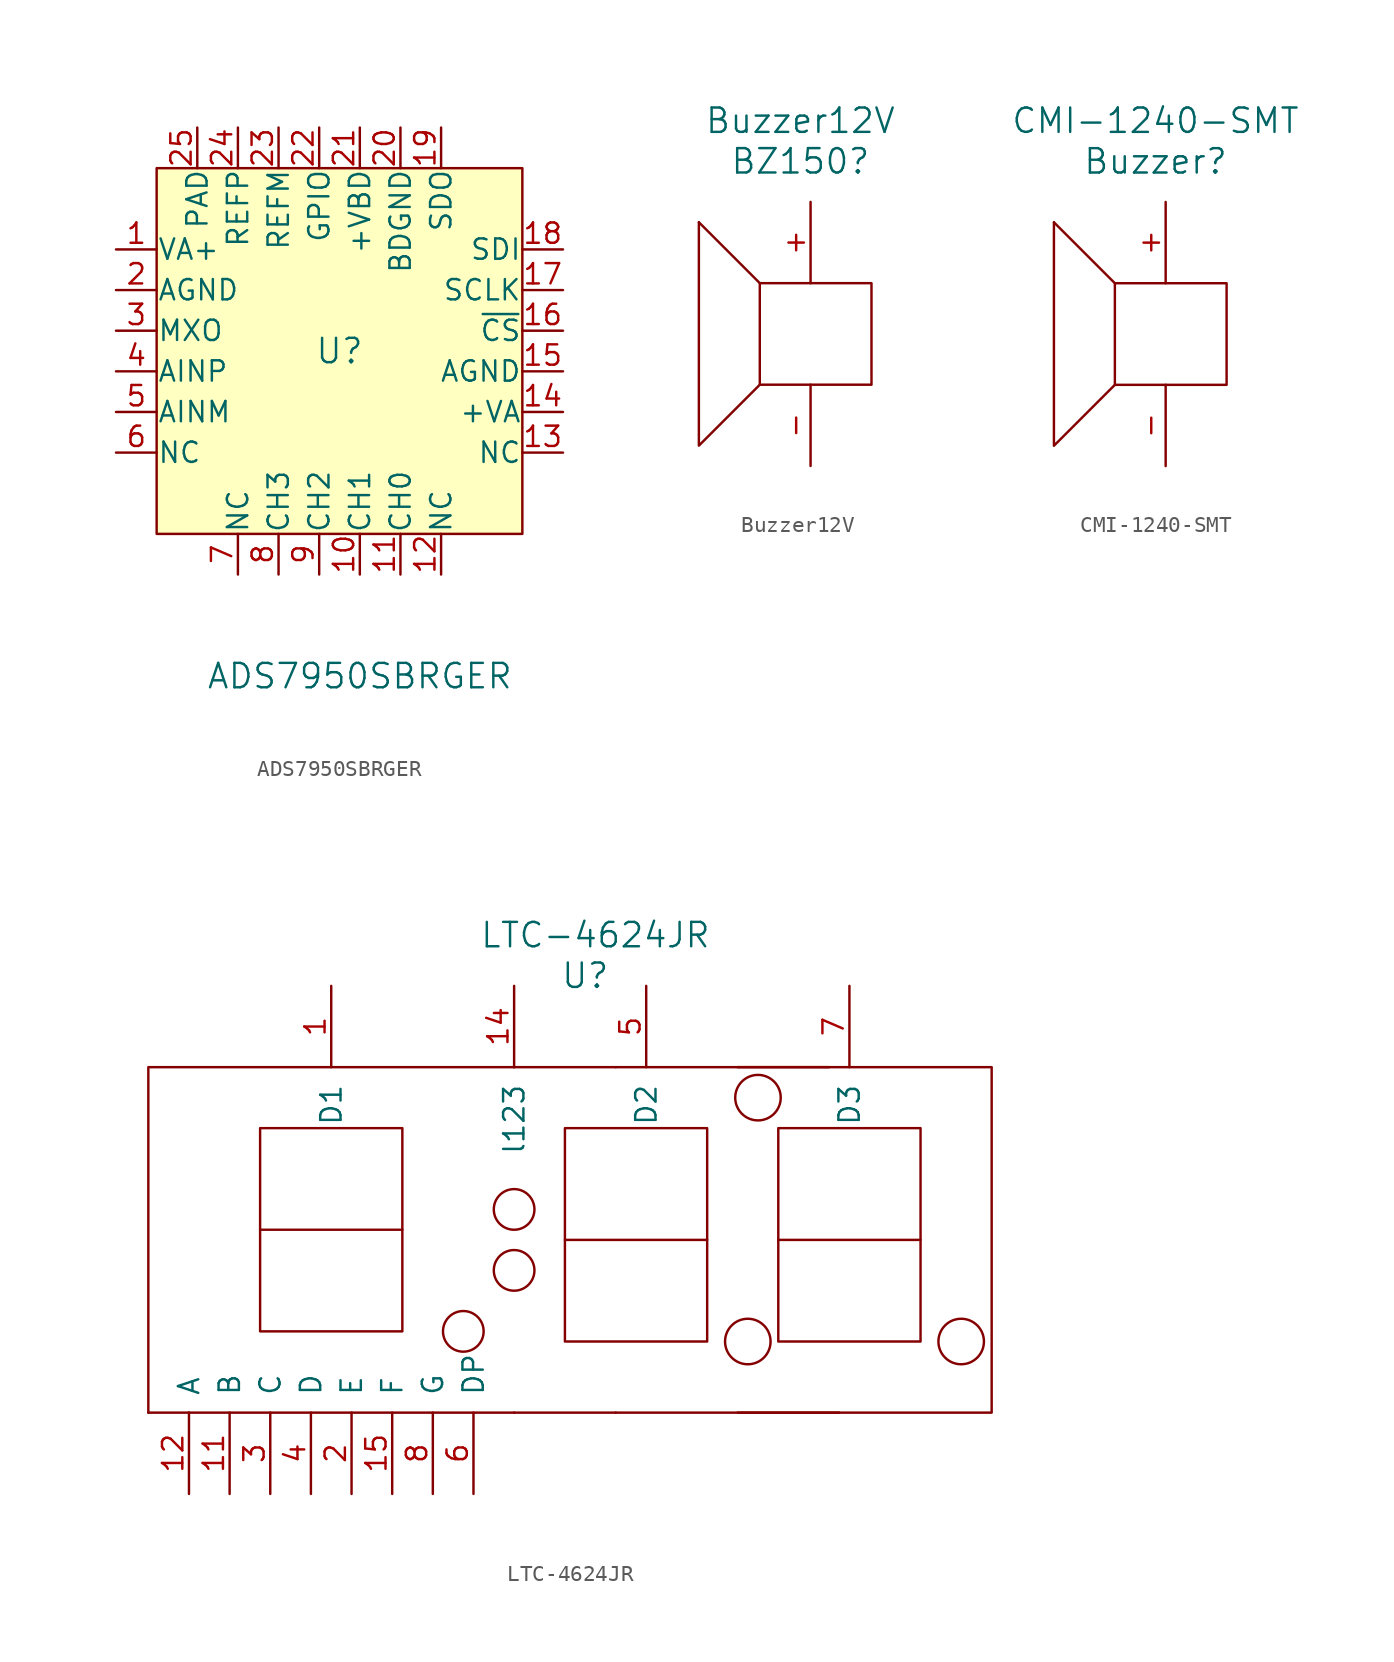
<source format=kicad_sym>
(kicad_symbol_lib
  (version 20211014)
  (generator kicad_symbol_editor)
  (symbol "ADS7950SBRGER"
    (pin_names
      (offset 0.025))
    (property "Reference" "U"
      (at 0 0 0)
      (effects (font (size 1.524 1.524))))
    (property "Value" "ADS7950SBRGER"
      (at 1.27 -20.32 0)
      (effects (font (size 1.524 1.524))))
    (symbol "ADS7950SBRGER_0_0"
      (rectangle (start -11.43 11.43) (end 11.43 -11.43) (stroke (width 0) (type default) (color 0 0 0 0)) (fill (type background))))
    (symbol "ADS7950SBRGER_1_1"
      (pin input line (at -13.97 6.35 0) (length 2.54) (name "VA+" (effects (font (size 1.27 1.27)))) (number "1" (effects (font (size 1.27 1.27)))))
      (pin input line (at 1.27 -13.97 90) (length 2.54) (name "CH1" (effects (font (size 1.27 1.27)))) (number "10" (effects (font (size 1.27 1.27)))))
      (pin input line (at 3.81 -13.97 90) (length 2.54) (name "CH0" (effects (font (size 1.27 1.27)))) (number "11" (effects (font (size 1.27 1.27)))))
      (pin input line (at 6.35 -13.97 90) (length 2.54) (name "NC" (effects (font (size 1.27 1.27)))) (number "12" (effects (font (size 1.27 1.27)))))
      (pin input line (at 13.97 -6.35 180) (length 2.54) (name "NC" (effects (font (size 1.27 1.27)))) (number "13" (effects (font (size 1.27 1.27)))))
      (pin input line (at 13.97 -3.81 180) (length 2.54) (name "+VA" (effects (font (size 1.27 1.27)))) (number "14" (effects (font (size 1.27 1.27)))))
      (pin input line (at 13.97 -1.27 180) (length 2.54) (name "AGND" (effects (font (size 1.27 1.27)))) (number "15" (effects (font (size 1.27 1.27)))))
      (pin input line (at 13.97 1.27 180) (length 2.54) (name "~{CS}" (effects (font (size 1.27 1.27)))) (number "16" (effects (font (size 1.27 1.27)))))
      (pin input line (at 13.97 3.81 180) (length 2.54) (name "SCLK" (effects (font (size 1.27 1.27)))) (number "17" (effects (font (size 1.27 1.27)))))
      (pin input line (at 13.97 6.35 180) (length 2.54) (name "SDI" (effects (font (size 1.27 1.27)))) (number "18" (effects (font (size 1.27 1.27)))))
      (pin input line (at 6.35 13.97 270) (length 2.54) (name "SDO" (effects (font (size 1.27 1.27)))) (number "19" (effects (font (size 1.27 1.27)))))
      (pin input line (at -13.97 3.81 0) (length 2.54) (name "AGND" (effects (font (size 1.27 1.27)))) (number "2" (effects (font (size 1.27 1.27)))))
      (pin input line (at 3.81 13.97 270) (length 2.54) (name "BDGND" (effects (font (size 1.27 1.27)))) (number "20" (effects (font (size 1.27 1.27)))))
      (pin input line (at 1.27 13.97 270) (length 2.54) (name "+VBD" (effects (font (size 1.27 1.27)))) (number "21" (effects (font (size 1.27 1.27)))))
      (pin input line (at -1.27 13.97 270) (length 2.54) (name "GPIO" (effects (font (size 1.27 1.27)))) (number "22" (effects (font (size 1.27 1.27)))))
      (pin input line (at -3.81 13.97 270) (length 2.54) (name "REFM" (effects (font (size 1.27 1.27)))) (number "23" (effects (font (size 1.27 1.27)))))
      (pin input line (at -6.35 13.97 270) (length 2.54) (name "REFP" (effects (font (size 1.27 1.27)))) (number "24" (effects (font (size 1.27 1.27)))))
      (pin input line (at -8.89 13.97 270) (length 2.54) (name "PAD" (effects (font (size 1.27 1.27)))) (number "25" (effects (font (size 1.27 1.27)))))
      (pin input line (at -13.97 1.27 0) (length 2.54) (name "MXO" (effects (font (size 1.27 1.27)))) (number "3" (effects (font (size 1.27 1.27)))))
      (pin input line (at -13.97 -1.27 0) (length 2.54) (name "AINP" (effects (font (size 1.27 1.27)))) (number "4" (effects (font (size 1.27 1.27)))))
      (pin input line (at -13.97 -3.81 0) (length 2.54) (name "AINM" (effects (font (size 1.27 1.27)))) (number "5" (effects (font (size 1.27 1.27)))))
      (pin input line (at -13.97 -6.35 0) (length 2.54) (name "NC" (effects (font (size 1.27 1.27)))) (number "6" (effects (font (size 1.27 1.27)))))
      (pin input line (at -6.35 -13.97 90) (length 2.54) (name "NC" (effects (font (size 1.27 1.27)))) (number "7" (effects (font (size 1.27 1.27)))))
      (pin input line (at -3.81 -13.97 90) (length 2.54) (name "CH3" (effects (font (size 1.27 1.27)))) (number "8" (effects (font (size 1.27 1.27)))))
      (pin input line (at -1.27 -13.97 90) (length 2.54) (name "CH2" (effects (font (size 1.27 1.27)))) (number "9" (effects (font (size 1.27 1.27)))))))
  (symbol "Buzzer12V"
    (pin_names
      (offset 1.016))
    (property "Reference" "BZ150"
      (at -1.27 10.16 0)
      (effects (font (size 1.524 1.524))))
    (property "Value" "Buzzer12V"
      (at -1.27 12.7 0)
      (effects (font (size 1.524 1.524))))
    (symbol "Buzzer12V_0_1"
      (rectangle (start -3.81 -3.81) (end 3.175 2.54) (stroke (width 0) (type default) (color 0 0 0 0)) (fill (type none)))
      (polyline (pts (xy -3.81 2.54) (xy -7.62 6.35)) (stroke (width 0) (type default) (color 0 0 0 0)) (fill (type none)))
      (polyline (pts (xy -3.81 -3.81) (xy -7.62 -7.62) (xy -7.62 6.35)) (stroke (width 0) (type default) (color 0 0 0 0)) (fill (type none))))
    (symbol "Buzzer12V_1_1"
      (pin input line (at -0.635 7.62 270) (length 5.08) (name "~" (effects (font (size 1.27 1.27)))) (number "+" (effects (font (size 1.27 1.27)))))
      (pin input line (at -0.635 -8.89 90) (length 5.08) (name "~" (effects (font (size 1.27 1.27)))) (number "-" (effects (font (size 1.27 1.27)))))))
  (symbol "CMI-1240-SMT"
    (pin_names
      (offset 1.016))
    (property "Reference" "Buzzer"
      (at -1.27 10.16 0)
      (effects (font (size 1.524 1.524))))
    (property "Value" "CMI-1240-SMT"
      (at -1.27 12.7 0)
      (effects (font (size 1.524 1.524))))
    (symbol "CMI-1240-SMT_0_1"
      (rectangle (start -3.81 -3.81) (end 3.175 2.54) (stroke (width 0) (type default) (color 0 0 0 0)) (fill (type none)))
      (polyline (pts (xy -3.81 2.54) (xy -7.62 6.35)) (stroke (width 0) (type default) (color 0 0 0 0)) (fill (type none)))
      (polyline (pts (xy -3.81 -3.81) (xy -7.62 -7.62) (xy -7.62 6.35)) (stroke (width 0) (type default) (color 0 0 0 0)) (fill (type none))))
    (symbol "CMI-1240-SMT_1_1"
      (pin input line (at -0.635 7.62 270) (length 5.08) (name "~" (effects (font (size 1.27 1.27)))) (number "+" (effects (font (size 1.27 1.27)))))
      (pin input line (at -0.635 -8.89 90) (length 5.08) (name "~" (effects (font (size 1.27 1.27)))) (number "-" (effects (font (size 1.27 1.27)))))))
  (symbol "LTC-4624JR"
    (pin_names
      (offset 1.016))
    (property "Reference" "U"
      (at 8.89 24.13 0)
      (effects (font (size 1.524 1.524))))
    (property "Value" "LTC-4624JR"
      (at 9.525 26.67 0)
      (effects (font (size 1.524 1.524))))
    (symbol "LTC-4624JR_0_1"
      (polyline (pts (xy -15.875 -3.175) (xy -18.415 -3.175)) (stroke (width 0) (type default) (color 0 0 0 0)) (fill (type none)))
      (polyline (pts (xy -15.875 -3.175) (xy 4.445 -3.175)) (stroke (width 0) (type default) (color 0 0 0 0)) (fill (type none)))
      (polyline (pts (xy 4.445 -3.175) (xy 10.795 -3.175)) (stroke (width 0) (type default) (color 0 0 0 0)) (fill (type none)))
      (polyline (pts (xy 4.445 18.415) (xy 10.795 18.415)) (stroke (width 0) (type default) (color 0 0 0 0)) (fill (type none)))
      (polyline (pts (xy 7.62 7.62) (xy 16.51 7.62)) (stroke (width 0) (type default) (color 0 0 0 0)) (fill (type none)))
      (polyline (pts (xy 10.795 -3.175) (xy 24.765 -3.175)) (stroke (width 0) (type default) (color 0 0 0 0)) (fill (type none)))
      (polyline (pts (xy 10.795 18.415) (xy 24.13 18.415)) (stroke (width 0) (type default) (color 0 0 0 0)) (fill (type none)))
      (polyline (pts (xy 20.955 7.62) (xy 29.845 7.62)) (stroke (width 0) (type default) (color 0 0 0 0)) (fill (type none)))
      (polyline (pts (xy -18.415 -3.175) (xy -18.415 18.415) (xy 3.175 18.415) (xy 4.445 18.415)) (stroke (width 0) (type default) (color 0 0 0 0)) (fill (type none)))
      (polyline (pts (xy -11.43 8.255) (xy -11.43 1.905) (xy -2.54 1.905) (xy -2.54 8.255)) (stroke (width 0) (type default) (color 0 0 0 0)) (fill (type none)))
      (polyline (pts (xy 18.415 18.415) (xy 34.29 18.415) (xy 34.29 -3.175) (xy 18.415 -3.175)) (stroke (width 0) (type default) (color 0 0 0 0)) (fill (type none)))
      (polyline (pts (xy -11.43 14.605) (xy -2.54 14.605) (xy -2.54 8.255) (xy -11.43 8.255) (xy -11.43 14.605)) (stroke (width 0) (type default) (color 0 0 0 0)) (fill (type none)))
      (polyline (pts (xy 7.62 14.605) (xy 7.62 1.905) (xy 7.62 1.27) (xy 16.51 1.27) (xy 16.51 14.605) (xy 7.62 14.605)) (stroke (width 0) (type default) (color 0 0 0 0)) (fill (type none)))
      (polyline (pts (xy 20.955 14.605) (xy 20.955 1.905) (xy 20.955 1.27) (xy 29.845 1.27) (xy 29.845 14.605) (xy 20.955 14.605)) (stroke (width 0) (type default) (color 0 0 0 0)) (fill (type none)))
      (circle (center 1.27 1.905) (radius 1.27) (stroke (width 0) (type default) (color 0 0 0 0)) (fill (type none)))
      (circle (center 4.445 5.715) (radius 1.27) (stroke (width 0) (type default) (color 0 0 0 0)) (fill (type none)))
      (circle (center 4.445 9.525) (radius 1.27) (stroke (width 0) (type default) (color 0 0 0 0)) (fill (type none)))
      (circle (center 19.05 1.27) (radius 1.422) (stroke (width 0) (type default) (color 0 0 0 0)) (fill (type none)))
      (circle (center 19.685 16.51) (radius 1.422) (stroke (width 0) (type default) (color 0 0 0 0)) (fill (type none)))
      (circle (center 32.385 1.27) (radius 1.422) (stroke (width 0) (type default) (color 0 0 0 0)) (fill (type none))))
    (symbol "LTC-4624JR_1_1"
      (pin input line (at -6.985 23.495 270) (length 5.08) (name "D1" (effects (font (size 1.27 1.27)))) (number "1" (effects (font (size 1.27 1.27)))))
      (pin input line (at -13.335 -8.255 90) (length 5.08) (name "B" (effects (font (size 1.27 1.27)))) (number "11" (effects (font (size 1.27 1.27)))))
      (pin input line (at -15.875 -8.255 90) (length 5.08) (name "A" (effects (font (size 1.27 1.27)))) (number "12" (effects (font (size 1.27 1.27)))))
      (pin input line (at 4.445 23.495 270) (length 5.08) (name "l123" (effects (font (size 1.27 1.27)))) (number "14" (effects (font (size 1.27 1.27)))))
      (pin input line (at -3.175 -8.255 90) (length 5.08) (name "F" (effects (font (size 1.27 1.27)))) (number "15" (effects (font (size 1.27 1.27)))))
      (pin input line (at -5.715 -8.255 90) (length 5.08) (name "E" (effects (font (size 1.27 1.27)))) (number "2" (effects (font (size 1.27 1.27)))))
      (pin input line (at -10.795 -8.255 90) (length 5.08) (name "C" (effects (font (size 1.27 1.27)))) (number "3" (effects (font (size 1.27 1.27)))))
      (pin input line (at -8.255 -8.255 90) (length 5.08) (name "D" (effects (font (size 1.27 1.27)))) (number "4" (effects (font (size 1.27 1.27)))))
      (pin input line (at 12.7 23.495 270) (length 5.08) (name "D2" (effects (font (size 1.27 1.27)))) (number "5" (effects (font (size 1.27 1.27)))))
      (pin input line (at 1.905 -8.255 90) (length 5.08) (name "DP" (effects (font (size 1.27 1.27)))) (number "6" (effects (font (size 1.27 1.27)))))
      (pin input line (at 25.4 23.495 270) (length 5.08) (name "D3" (effects (font (size 1.27 1.27)))) (number "7" (effects (font (size 1.27 1.27)))))
      (pin input line (at -0.635 -8.255 90) (length 5.08) (name "G" (effects (font (size 1.27 1.27)))) (number "8" (effects (font (size 1.27 1.27))))))))
</source>
